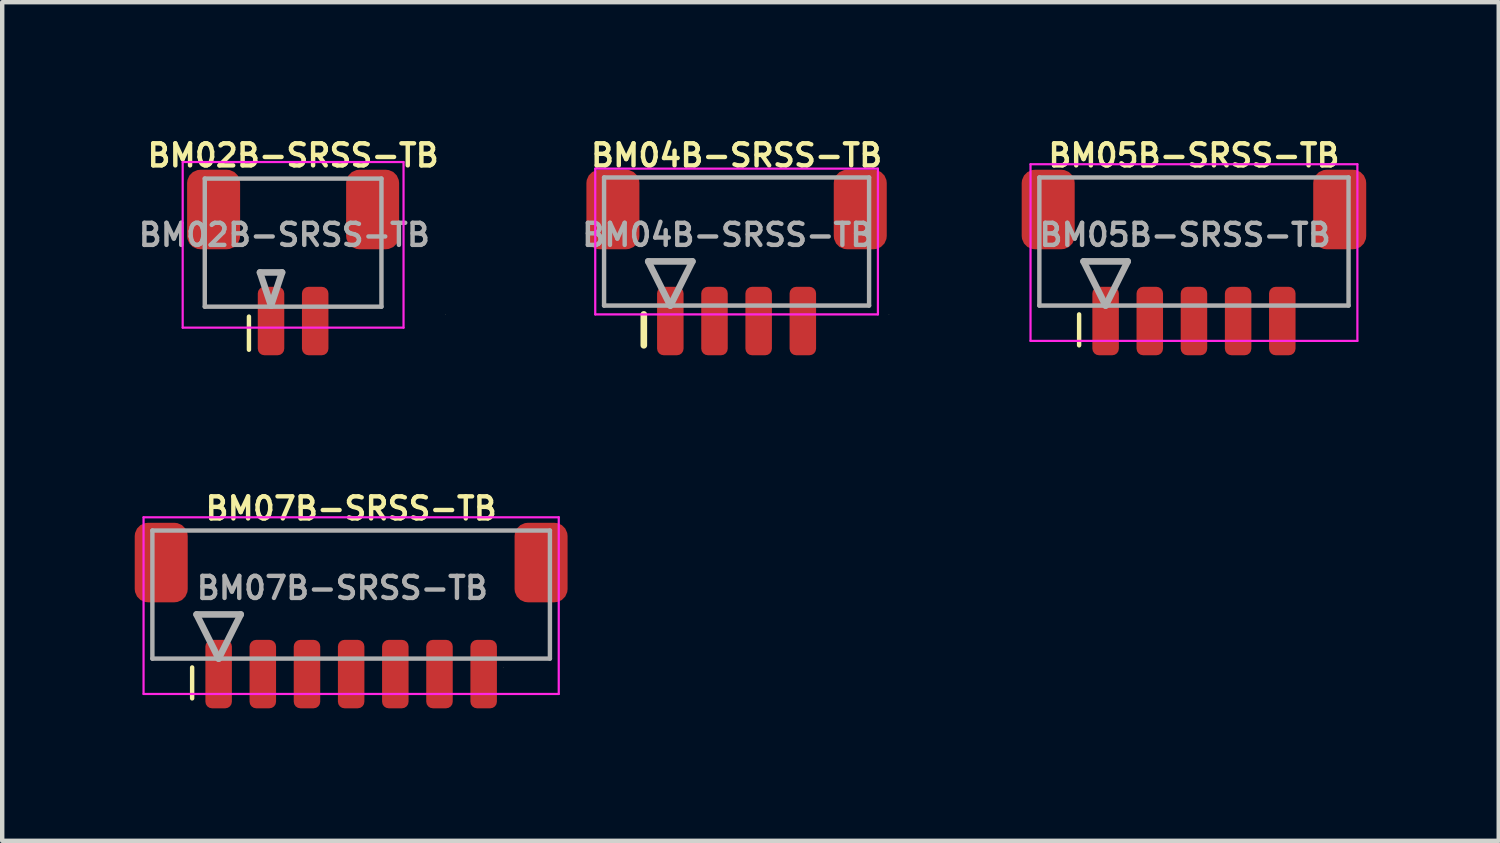
<source format=kicad_pcb>
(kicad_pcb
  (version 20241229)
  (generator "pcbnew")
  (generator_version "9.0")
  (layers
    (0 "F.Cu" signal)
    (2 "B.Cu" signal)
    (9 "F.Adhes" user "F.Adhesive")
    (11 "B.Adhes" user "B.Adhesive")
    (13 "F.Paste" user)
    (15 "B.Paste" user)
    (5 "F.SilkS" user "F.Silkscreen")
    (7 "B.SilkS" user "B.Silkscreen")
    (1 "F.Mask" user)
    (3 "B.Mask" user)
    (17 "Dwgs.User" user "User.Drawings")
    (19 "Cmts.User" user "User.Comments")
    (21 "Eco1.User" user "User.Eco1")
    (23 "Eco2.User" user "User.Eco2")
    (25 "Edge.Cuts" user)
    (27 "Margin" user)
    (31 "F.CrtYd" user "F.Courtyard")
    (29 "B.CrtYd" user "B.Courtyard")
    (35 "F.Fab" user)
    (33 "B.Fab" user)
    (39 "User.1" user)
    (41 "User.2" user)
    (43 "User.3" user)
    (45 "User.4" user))
  (footprint "BM07B-SRSS-TB"
    (layer "F.Cu")
    (at 4.9 11.861)
    (property "Reference" "BM07B-SRSS-TB" (at 0 -3.4 0) (layer "F.SilkS") (effects (font (size 0.5 0.5) (thickness 0.1))))
    (attr smd)
    (fp_line (start -3.6 0.2) (end -3.6 0.9) (stroke (width 0.1) (type solid)) (layer "F.SilkS"))
    (fp_line (start 3.45 0.2) (end 3.45 0.2) (stroke (width 0.01) (type solid)) (layer "F.SilkS"))
    (fp_line (start -4.7 -3.2) (end 4.7 -3.2) (stroke (width 0.05) (type solid)) (layer "F.CrtYd"))
    (fp_line (start -4.7 0.8) (end -4.7 -3.2) (stroke (width 0.05) (type solid)) (layer "F.CrtYd"))
    (fp_line (start 4.7 -3.2) (end 4.7 0.8) (stroke (width 0.05) (type solid)) (layer "F.CrtYd"))
    (fp_line (start 4.7 0.8) (end -4.7 0.8) (stroke (width 0.05) (type solid)) (layer "F.CrtYd"))
    (fp_line (start -4.5 -2.9) (end -4.5 0) (stroke (width 0.1) (type solid)) (layer "F.Fab"))
    (fp_line (start -4.5 -2.9) (end 4.5 -2.9) (stroke (width 0.1) (type solid)) (layer "F.Fab"))
    (fp_line (start -4.5 0) (end 4.5 0) (stroke (width 0.1) (type solid)) (layer "F.Fab"))
    (fp_line (start -3.5 -1) (end -2.5 -1) (stroke (width 0.15) (type solid)) (layer "F.Fab"))
    (fp_line (start -3 0) (end -3.5 -1) (stroke (width 0.15) (type solid)) (layer "F.Fab"))
    (fp_line (start -2.5 -1) (end -3 0) (stroke (width 0.15) (type solid)) (layer "F.Fab"))
    (fp_line (start 4.5 0) (end 4.5 -2.9) (stroke (width 0.1) (type solid)) (layer "F.Fab"))
    (fp_text user "${REFERENCE}" (at -0.2 -1.6 0) (layer "F.Fab") (effects (font (size 0.5 0.5) (thickness 0.1))))
    (pad "1" smd roundrect (at -3 0.35) (size 0.6 1.55) (layers "F.Cu" "F.Mask" "F.Paste") (roundrect_rratio 0.25))
    (pad "2" smd roundrect (at -2 0.35) (size 0.6 1.55) (layers "F.Cu" "F.Mask" "F.Paste") (roundrect_rratio 0.25))
    (pad "3" smd roundrect (at -1 0.35) (size 0.6 1.55) (layers "F.Cu" "F.Mask" "F.Paste") (roundrect_rratio 0.25))
    (pad "4" smd roundrect (at 0 0.35) (size 0.6 1.55) (layers "F.Cu" "F.Mask" "F.Paste") (roundrect_rratio 0.25))
    (pad "5" smd roundrect (at 1 0.35) (size 0.6 1.55) (layers "F.Cu" "F.Mask" "F.Paste") (roundrect_rratio 0.25))
    (pad "6" smd roundrect (at 2 0.35) (size 0.6 1.55) (layers "F.Cu" "F.Mask" "F.Paste") (roundrect_rratio 0.25))
    (pad "7" smd roundrect (at 3 0.35) (size 0.6 1.55) (layers "F.Cu" "F.Mask" "F.Paste") (roundrect_rratio 0.25))
    (pad "8" smd roundrect (at -4.3 -2.175) (size 1.2 1.8) (layers "F.Cu" "F.Mask" "F.Paste") (roundrect_rratio 0.25))
    (pad "9" smd roundrect (at 4.3 -2.175) (size 1.2 1.8) (layers "F.Cu" "F.Mask" "F.Paste") (roundrect_rratio 0.25)))
  (footprint "BM04B-SRSS-TB"
    (layer "F.Cu")
    (at 13.626 3.868)
    (property "Reference" "BM04B-SRSS-TB" (at 0 -3.4 0) (layer "F.SilkS") (effects (font (size 0.5 0.5) (thickness 0.1))))
    (attr smd)
    (fp_line (start -2.1 0.2) (end -2.1 0.9) (stroke (width 0.15) (type solid)) (layer "F.SilkS"))
    (fp_line (start 3.45 0.2) (end 3.45 0.2) (stroke (width 0.01) (type solid)) (layer "F.SilkS"))
    (fp_line (start -3.2 -3.1) (end 3.2 -3.1) (stroke (width 0.05) (type solid)) (layer "F.CrtYd"))
    (fp_line (start -3.2 0.2) (end -3.2 -3.1) (stroke (width 0.05) (type solid)) (layer "F.CrtYd"))
    (fp_line (start 3.2 -3.1) (end 3.2 0.2) (stroke (width 0.05) (type solid)) (layer "F.CrtYd"))
    (fp_line (start 3.2 0.2) (end -3.2 0.2) (stroke (width 0.05) (type solid)) (layer "F.CrtYd"))
    (fp_line (start -3 -2.9) (end -3 0) (stroke (width 0.1) (type solid)) (layer "F.Fab"))
    (fp_line (start -3 -2.9) (end 3 -2.9) (stroke (width 0.1) (type solid)) (layer "F.Fab"))
    (fp_line (start -3 0) (end 3 0) (stroke (width 0.1) (type solid)) (layer "F.Fab"))
    (fp_line (start -2 -1) (end -1 -1) (stroke (width 0.15) (type solid)) (layer "F.Fab"))
    (fp_line (start -1.5 0) (end -2 -1) (stroke (width 0.15) (type solid)) (layer "F.Fab"))
    (fp_line (start -1 -1) (end -1.5 0) (stroke (width 0.15) (type solid)) (layer "F.Fab"))
    (fp_line (start 3 0) (end 3 -2.9) (stroke (width 0.1) (type solid)) (layer "F.Fab"))
    (fp_text user "${REFERENCE}" (at -0.2 -1.6 0) (layer "F.Fab") (effects (font (size 0.5 0.5) (thickness 0.1))))
    (pad "1" smd roundrect (at -1.5 0.35) (size 0.6 1.55) (layers "F.Cu" "F.Mask" "F.Paste") (roundrect_rratio 0.25))
    (pad "2" smd roundrect (at -0.5 0.35) (size 0.6 1.55) (layers "F.Cu" "F.Mask" "F.Paste") (roundrect_rratio 0.25))
    (pad "3" smd roundrect (at 0.5 0.35) (size 0.6 1.55) (layers "F.Cu" "F.Mask" "F.Paste") (roundrect_rratio 0.25))
    (pad "4" smd roundrect (at 1.5 0.35) (size 0.6 1.55) (layers "F.Cu" "F.Mask" "F.Paste") (roundrect_rratio 0.25))
    (pad "5" smd roundrect (at -2.8 -2.175) (size 1.2 1.8) (layers "F.Cu" "F.Mask" "F.Paste") (roundrect_rratio 0.25))
    (pad "6" smd roundrect (at 2.8 -2.175) (size 1.2 1.8) (layers "F.Cu" "F.Mask" "F.Paste") (roundrect_rratio 0.25)))
  (footprint "BM05B-SRSS-TB"
    (layer "F.Cu")
    (at 23.981 3.868)
    (property "Reference" "BM05B-SRSS-TB" (at 0 -3.4 0) (layer "F.SilkS") (effects (font (size 0.5 0.5) (thickness 0.1))))
    (attr smd)
    (fp_line (start -2.6 0.2) (end -2.6 0.9) (stroke (width 0.1) (type solid)) (layer "F.SilkS"))
    (fp_line (start -3.7 -3.2) (end 3.7 -3.2) (stroke (width 0.05) (type solid)) (layer "F.CrtYd"))
    (fp_line (start -3.7 0.8) (end -3.7 -3.2) (stroke (width 0.05) (type solid)) (layer "F.CrtYd"))
    (fp_line (start 3.7 -3.2) (end 3.7 0.8) (stroke (width 0.05) (type solid)) (layer "F.CrtYd"))
    (fp_line (start 3.7 0.8) (end -3.7 0.8) (stroke (width 0.05) (type solid)) (layer "F.CrtYd"))
    (fp_line (start -3.5 -2.9) (end -3.5 0) (stroke (width 0.1) (type solid)) (layer "F.Fab"))
    (fp_line (start -3.5 -2.9) (end 3.5 -2.9) (stroke (width 0.1) (type solid)) (layer "F.Fab"))
    (fp_line (start -3.5 0) (end 3.5 0) (stroke (width 0.1) (type solid)) (layer "F.Fab"))
    (fp_line (start -2.5 -1) (end -1.5 -1) (stroke (width 0.15) (type solid)) (layer "F.Fab"))
    (fp_line (start -2 0) (end -2.5 -1) (stroke (width 0.15) (type solid)) (layer "F.Fab"))
    (fp_line (start -1.5 -1) (end -2 0) (stroke (width 0.15) (type solid)) (layer "F.Fab"))
    (fp_line (start 3.5 0) (end 3.5 -2.9) (stroke (width 0.1) (type solid)) (layer "F.Fab"))
    (fp_text user "${REFERENCE}" (at -0.2 -1.6 0) (layer "F.Fab") (effects (font (size 0.5 0.5) (thickness 0.1))))
    (pad "1" smd roundrect (at -2 0.35) (size 0.6 1.55) (layers "F.Cu" "F.Mask" "F.Paste") (roundrect_rratio 0.25))
    (pad "2" smd roundrect (at -1 0.35) (size 0.6 1.55) (layers "F.Cu" "F.Mask" "F.Paste") (roundrect_rratio 0.25))
    (pad "3" smd roundrect (at 0 0.35) (size 0.6 1.55) (layers "F.Cu" "F.Mask" "F.Paste") (roundrect_rratio 0.25))
    (pad "4" smd roundrect (at 1 0.35) (size 0.6 1.55) (layers "F.Cu" "F.Mask" "F.Paste") (roundrect_rratio 0.25))
    (pad "5" smd roundrect (at 2 0.35) (size 0.6 1.55) (layers "F.Cu" "F.Mask" "F.Paste") (roundrect_rratio 0.25))
    (pad "6" smd roundrect (at -3.3 -2.175) (size 1.2 1.8) (layers "F.Cu" "F.Mask" "F.Paste") (roundrect_rratio 0.25))
    (pad "7" smd roundrect (at 3.3 -2.175) (size 1.2 1.8) (layers "F.Cu" "F.Mask" "F.Paste") (roundrect_rratio 0.25)))
  (footprint "BM02B-SRSS-TB"
    (layer "F.Cu")
    (at 3.586 3.868)
    (property "Reference" "BM02B-SRSS-TB" (at 0 -3.4 0) (layer "F.SilkS") (effects (font (size 0.5 0.5) (thickness 0.1))))
    (attr smd)
    (fp_line (start -1 0.25) (end -1 1) (stroke (width 0.1) (type solid)) (layer "F.SilkS"))
    (fp_line (start 3.45 0.2) (end 3.45 0.2) (stroke (width 0.01) (type solid)) (layer "F.SilkS"))
    (fp_line (start -2.5 -3.25) (end 2.5 -3.25) (stroke (width 0.05) (type solid)) (layer "F.CrtYd"))
    (fp_line (start -2.5 0.5) (end -2.5 -3.25) (stroke (width 0.05) (type solid)) (layer "F.CrtYd"))
    (fp_line (start 2.5 -3.25) (end 2.5 0.5) (stroke (width 0.05) (type solid)) (layer "F.CrtYd"))
    (fp_line (start 2.5 0.5) (end -2.5 0.5) (stroke (width 0.05) (type solid)) (layer "F.CrtYd"))
    (fp_line (start -2 -2.875) (end -2 0.025) (stroke (width 0.1) (type solid)) (layer "F.Fab"))
    (fp_line (start -2 -2.875) (end 2 -2.875) (stroke (width 0.1) (type solid)) (layer "F.Fab"))
    (fp_line (start -2 0.025) (end 2 0.025) (stroke (width 0.1) (type solid)) (layer "F.Fab"))
    (fp_line (start -0.75 -0.75) (end -0.25 -0.75) (stroke (width 0.15) (type solid)) (layer "F.Fab"))
    (fp_line (start -0.5 0) (end -0.75 -0.75) (stroke (width 0.15) (type solid)) (layer "F.Fab"))
    (fp_line (start -0.25 -0.75) (end -0.5 0) (stroke (width 0.15) (type solid)) (layer "F.Fab"))
    (fp_line (start 2 0.025) (end 2 -2.875) (stroke (width 0.1) (type solid)) (layer "F.Fab"))
    (fp_text user "${REFERENCE}" (at -0.2 -1.6 0) (layer "F.Fab") (effects (font (size 0.5 0.5) (thickness 0.1))))
    (pad "1" smd roundrect (at -0.5 0.35) (size 0.6 1.55) (layers "F.Cu" "F.Mask" "F.Paste") (roundrect_rratio 0.25))
    (pad "2" smd roundrect (at 0.5 0.35) (size 0.6 1.55) (layers "F.Cu" "F.Mask" "F.Paste") (roundrect_rratio 0.25))
    (pad "3" smd roundrect (at -1.8 -2.175) (size 1.2 1.8) (layers "F.Cu" "F.Mask" "F.Paste") (roundrect_rratio 0.25))
    (pad "4" smd roundrect (at 1.8 -2.175) (size 1.2 1.8) (layers "F.Cu" "F.Mask" "F.Paste") (roundrect_rratio 0.25)))
  (gr_rect
    (start -3 -3)
    (end 30.881 15.986)
    (stroke (width 0.1) (type default))
    (fill no)
    (layer "Edge.Cuts")))
</source>
